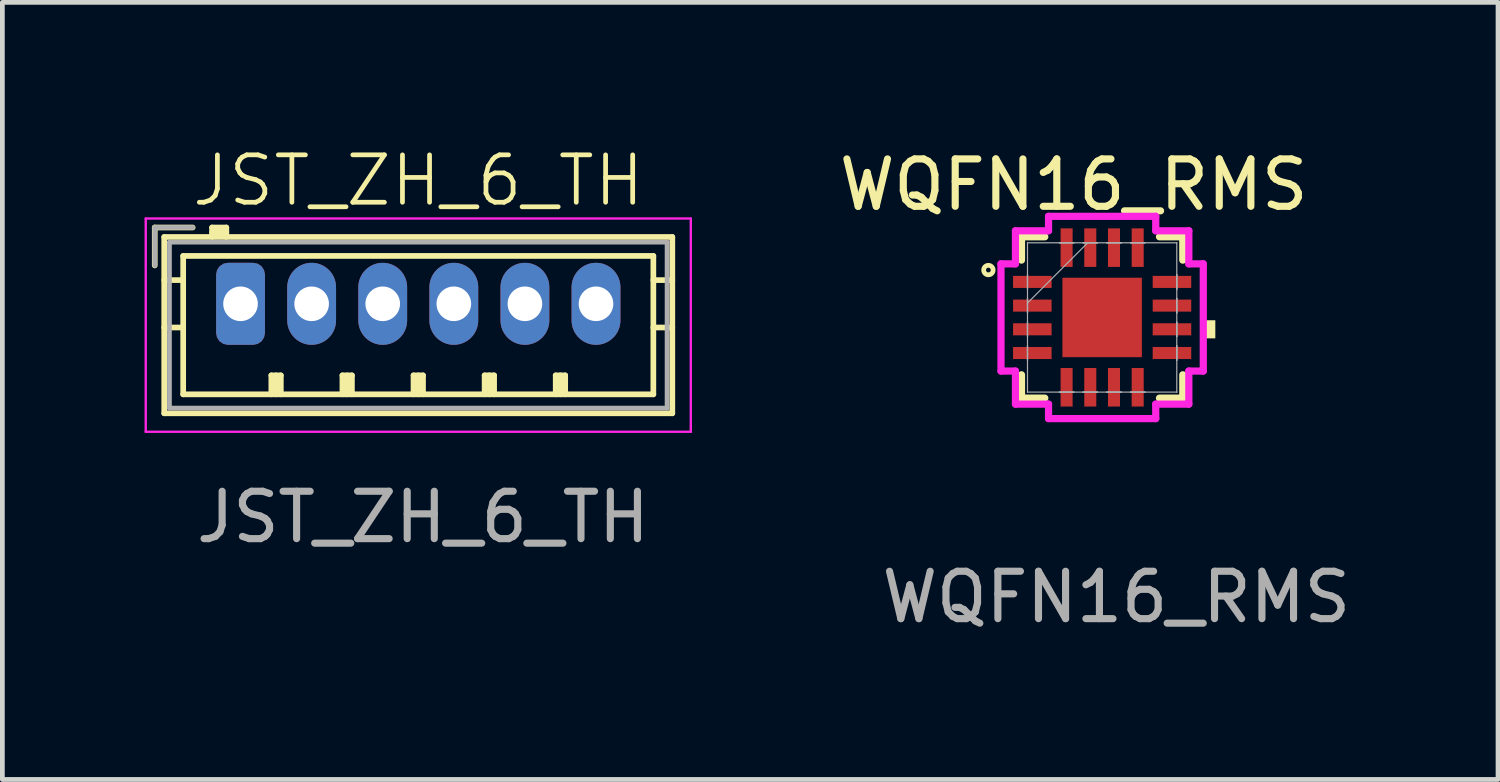
<source format=kicad_pcb>
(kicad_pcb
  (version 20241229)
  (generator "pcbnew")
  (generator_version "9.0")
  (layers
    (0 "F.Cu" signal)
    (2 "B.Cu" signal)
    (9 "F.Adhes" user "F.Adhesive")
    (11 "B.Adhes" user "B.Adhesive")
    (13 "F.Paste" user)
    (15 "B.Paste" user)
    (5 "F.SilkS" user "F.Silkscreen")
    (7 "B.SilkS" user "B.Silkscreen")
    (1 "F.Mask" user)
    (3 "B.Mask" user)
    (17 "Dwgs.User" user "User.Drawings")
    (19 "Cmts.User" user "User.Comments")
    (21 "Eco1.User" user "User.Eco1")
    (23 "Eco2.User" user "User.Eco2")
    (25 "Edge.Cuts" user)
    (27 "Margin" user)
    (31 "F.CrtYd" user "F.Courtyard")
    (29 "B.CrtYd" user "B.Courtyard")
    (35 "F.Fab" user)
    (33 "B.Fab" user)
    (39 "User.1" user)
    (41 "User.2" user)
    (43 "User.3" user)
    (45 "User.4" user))
  (footprint "WQFN16_RMS"
    (layer "F.Cu")
    (at 20.204 3.648)
    (property "Reference" "WQFN16_RMS" (at -0.6 -2.8 0) (unlocked yes) (layer "F.SilkS") (effects (font (size 1 1) (thickness 0.15))))
    (attr smd)
    (fp_line (start -1.702 -1.702) (end -1.702 -1.21) (stroke (width 0.152) (type solid)) (layer "F.SilkS"))
    (fp_line (start -1.702 1.21) (end -1.702 1.702) (stroke (width 0.152) (type solid)) (layer "F.SilkS"))
    (fp_line (start -1.702 1.702) (end -1.21 1.702) (stroke (width 0.152) (type solid)) (layer "F.SilkS"))
    (fp_line (start -1.21 -1.702) (end -1.702 -1.702) (stroke (width 0.152) (type solid)) (layer "F.SilkS"))
    (fp_line (start 1.21 1.702) (end 1.702 1.702) (stroke (width 0.152) (type solid)) (layer "F.SilkS"))
    (fp_line (start 1.702 -1.702) (end 1.21 -1.702) (stroke (width 0.152) (type solid)) (layer "F.SilkS"))
    (fp_line (start 1.702 -1.21) (end 1.702 -1.702) (stroke (width 0.152) (type solid)) (layer "F.SilkS"))
    (fp_line (start 1.702 1.702) (end 1.702 1.21) (stroke (width 0.152) (type solid)) (layer "F.SilkS"))
    (fp_circle (center -2.4 -1) (end -2.5 -1) (stroke (width 0.1) (type default)) (fill no) (layer "F.SilkS"))
    (fp_poly (pts (xy 2.388 0.059) (xy 2.388 0.441) (xy 2.134 0.441) (xy 2.134 0.059)) (stroke (width 0) (type solid)) (fill yes) (layer "F.SilkS"))
    (fp_rect (start -0.6 -0.6) (end -0.2 -0.2) (stroke (width 0.05) (type solid)) (fill yes) (layer "F.Paste"))
    (fp_rect (start -0.6 0.2) (end -0.2 0.6) (stroke (width 0.05) (type solid)) (fill yes) (layer "F.Paste"))
    (fp_rect (start 0.1 -0.6) (end 0.5 -0.2) (stroke (width 0.05) (type solid)) (fill yes) (layer "F.Paste"))
    (fp_rect (start 0.1 0.2) (end 0.5 0.6) (stroke (width 0.05) (type solid)) (fill yes) (layer "F.Paste"))
    (fp_line (start -2.134 -1.131) (end -1.829 -1.131) (stroke (width 0.152) (type solid)) (layer "F.CrtYd"))
    (fp_line (start -2.134 1.131) (end -2.134 -1.131) (stroke (width 0.152) (type solid)) (layer "F.CrtYd"))
    (fp_line (start -1.829 -1.829) (end -1.131 -1.829) (stroke (width 0.152) (type solid)) (layer "F.CrtYd"))
    (fp_line (start -1.829 -1.131) (end -1.829 -1.829) (stroke (width 0.152) (type solid)) (layer "F.CrtYd"))
    (fp_line (start -1.829 1.131) (end -2.134 1.131) (stroke (width 0.152) (type solid)) (layer "F.CrtYd"))
    (fp_line (start -1.829 1.829) (end -1.829 1.131) (stroke (width 0.152) (type solid)) (layer "F.CrtYd"))
    (fp_line (start -1.131 -2.134) (end 1.131 -2.134) (stroke (width 0.152) (type solid)) (layer "F.CrtYd"))
    (fp_line (start -1.131 -1.829) (end -1.131 -2.134) (stroke (width 0.152) (type solid)) (layer "F.CrtYd"))
    (fp_line (start -1.131 1.829) (end -1.829 1.829) (stroke (width 0.152) (type solid)) (layer "F.CrtYd"))
    (fp_line (start -1.131 2.134) (end -1.131 1.829) (stroke (width 0.152) (type solid)) (layer "F.CrtYd"))
    (fp_line (start 1.131 -2.134) (end 1.131 -1.829) (stroke (width 0.152) (type solid)) (layer "F.CrtYd"))
    (fp_line (start 1.131 -1.829) (end 1.829 -1.829) (stroke (width 0.152) (type solid)) (layer "F.CrtYd"))
    (fp_line (start 1.131 1.829) (end 1.131 2.134) (stroke (width 0.152) (type solid)) (layer "F.CrtYd"))
    (fp_line (start 1.131 2.134) (end -1.131 2.134) (stroke (width 0.152) (type solid)) (layer "F.CrtYd"))
    (fp_line (start 1.829 -1.829) (end 1.829 -1.131) (stroke (width 0.152) (type solid)) (layer "F.CrtYd"))
    (fp_line (start 1.829 -1.131) (end 2.134 -1.131) (stroke (width 0.152) (type solid)) (layer "F.CrtYd"))
    (fp_line (start 1.829 1.131) (end 1.829 1.829) (stroke (width 0.152) (type solid)) (layer "F.CrtYd"))
    (fp_line (start 1.829 1.829) (end 1.131 1.829) (stroke (width 0.152) (type solid)) (layer "F.CrtYd"))
    (fp_line (start 2.134 -1.131) (end 2.134 1.131) (stroke (width 0.152) (type solid)) (layer "F.CrtYd"))
    (fp_line (start 2.134 1.131) (end 1.829 1.131) (stroke (width 0.152) (type solid)) (layer "F.CrtYd"))
    (fp_line (start -1.575 -1.575) (end -1.575 -1.575) (stroke (width 0.025) (type solid)) (layer "F.Fab"))
    (fp_line (start -1.575 -1.575) (end -1.575 1.575) (stroke (width 0.025) (type solid)) (layer "F.Fab"))
    (fp_line (start -1.575 -0.902) (end -1.575 -0.902) (stroke (width 0.025) (type solid)) (layer "F.Fab"))
    (fp_line (start -1.575 -0.902) (end -1.575 -0.598) (stroke (width 0.025) (type solid)) (layer "F.Fab"))
    (fp_line (start -1.575 -0.598) (end -1.575 -0.902) (stroke (width 0.025) (type solid)) (layer "F.Fab"))
    (fp_line (start -1.575 -0.598) (end -1.575 -0.598) (stroke (width 0.025) (type solid)) (layer "F.Fab"))
    (fp_line (start -1.575 -0.402) (end -1.575 -0.402) (stroke (width 0.025) (type solid)) (layer "F.Fab"))
    (fp_line (start -1.575 -0.402) (end -1.575 -0.098) (stroke (width 0.025) (type solid)) (layer "F.Fab"))
    (fp_line (start -1.575 -0.305) (end -0.305 -1.575) (stroke (width 0.025) (type solid)) (layer "F.Fab"))
    (fp_line (start -1.575 -0.098) (end -1.575 -0.402) (stroke (width 0.025) (type solid)) (layer "F.Fab"))
    (fp_line (start -1.575 -0.098) (end -1.575 -0.098) (stroke (width 0.025) (type solid)) (layer "F.Fab"))
    (fp_line (start -1.575 0.098) (end -1.575 0.098) (stroke (width 0.025) (type solid)) (layer "F.Fab"))
    (fp_line (start -1.575 0.098) (end -1.575 0.402) (stroke (width 0.025) (type solid)) (layer "F.Fab"))
    (fp_line (start -1.575 0.402) (end -1.575 0.098) (stroke (width 0.025) (type solid)) (layer "F.Fab"))
    (fp_line (start -1.575 0.402) (end -1.575 0.402) (stroke (width 0.025) (type solid)) (layer "F.Fab"))
    (fp_line (start -1.575 0.598) (end -1.575 0.598) (stroke (width 0.025) (type solid)) (layer "F.Fab"))
    (fp_line (start -1.575 0.598) (end -1.575 0.902) (stroke (width 0.025) (type solid)) (layer "F.Fab"))
    (fp_line (start -1.575 0.902) (end -1.575 0.598) (stroke (width 0.025) (type solid)) (layer "F.Fab"))
    (fp_line (start -1.575 0.902) (end -1.575 0.902) (stroke (width 0.025) (type solid)) (layer "F.Fab"))
    (fp_line (start -1.575 1.575) (end -1.575 1.575) (stroke (width 0.025) (type solid)) (layer "F.Fab"))
    (fp_line (start -1.575 1.575) (end 1.575 1.575) (stroke (width 0.025) (type solid)) (layer "F.Fab"))
    (fp_line (start -0.902 -1.575) (end -0.902 -1.575) (stroke (width 0.025) (type solid)) (layer "F.Fab"))
    (fp_line (start -0.902 -1.575) (end -0.598 -1.575) (stroke (width 0.025) (type solid)) (layer "F.Fab"))
    (fp_line (start -0.902 1.575) (end -0.902 1.575) (stroke (width 0.025) (type solid)) (layer "F.Fab"))
    (fp_line (start -0.902 1.575) (end -0.598 1.575) (stroke (width 0.025) (type solid)) (layer "F.Fab"))
    (fp_line (start -0.598 -1.575) (end -0.902 -1.575) (stroke (width 0.025) (type solid)) (layer "F.Fab"))
    (fp_line (start -0.598 -1.575) (end -0.598 -1.575) (stroke (width 0.025) (type solid)) (layer "F.Fab"))
    (fp_line (start -0.598 1.575) (end -0.902 1.575) (stroke (width 0.025) (type solid)) (layer "F.Fab"))
    (fp_line (start -0.598 1.575) (end -0.598 1.575) (stroke (width 0.025) (type solid)) (layer "F.Fab"))
    (fp_line (start -0.402 -1.575) (end -0.402 -1.575) (stroke (width 0.025) (type solid)) (layer "F.Fab"))
    (fp_line (start -0.402 -1.575) (end -0.098 -1.575) (stroke (width 0.025) (type solid)) (layer "F.Fab"))
    (fp_line (start -0.402 1.575) (end -0.402 1.575) (stroke (width 0.025) (type solid)) (layer "F.Fab"))
    (fp_line (start -0.402 1.575) (end -0.098 1.575) (stroke (width 0.025) (type solid)) (layer "F.Fab"))
    (fp_line (start -0.098 -1.575) (end -0.402 -1.575) (stroke (width 0.025) (type solid)) (layer "F.Fab"))
    (fp_line (start -0.098 -1.575) (end -0.098 -1.575) (stroke (width 0.025) (type solid)) (layer "F.Fab"))
    (fp_line (start -0.098 1.575) (end -0.402 1.575) (stroke (width 0.025) (type solid)) (layer "F.Fab"))
    (fp_line (start -0.098 1.575) (end -0.098 1.575) (stroke (width 0.025) (type solid)) (layer "F.Fab"))
    (fp_line (start 0.098 -1.575) (end 0.098 -1.575) (stroke (width 0.025) (type solid)) (layer "F.Fab"))
    (fp_line (start 0.098 -1.575) (end 0.402 -1.575) (stroke (width 0.025) (type solid)) (layer "F.Fab"))
    (fp_line (start 0.098 1.575) (end 0.098 1.575) (stroke (width 0.025) (type solid)) (layer "F.Fab"))
    (fp_line (start 0.098 1.575) (end 0.402 1.575) (stroke (width 0.025) (type solid)) (layer "F.Fab"))
    (fp_line (start 0.402 -1.575) (end 0.098 -1.575) (stroke (width 0.025) (type solid)) (layer "F.Fab"))
    (fp_line (start 0.402 -1.575) (end 0.402 -1.575) (stroke (width 0.025) (type solid)) (layer "F.Fab"))
    (fp_line (start 0.402 1.575) (end 0.098 1.575) (stroke (width 0.025) (type solid)) (layer "F.Fab"))
    (fp_line (start 0.402 1.575) (end 0.402 1.575) (stroke (width 0.025) (type solid)) (layer "F.Fab"))
    (fp_line (start 0.598 -1.575) (end 0.598 -1.575) (stroke (width 0.025) (type solid)) (layer "F.Fab"))
    (fp_line (start 0.598 -1.575) (end 0.902 -1.575) (stroke (width 0.025) (type solid)) (layer "F.Fab"))
    (fp_line (start 0.598 1.575) (end 0.598 1.575) (stroke (width 0.025) (type solid)) (layer "F.Fab"))
    (fp_line (start 0.598 1.575) (end 0.902 1.575) (stroke (width 0.025) (type solid)) (layer "F.Fab"))
    (fp_line (start 0.902 -1.575) (end 0.598 -1.575) (stroke (width 0.025) (type solid)) (layer "F.Fab"))
    (fp_line (start 0.902 -1.575) (end 0.902 -1.575) (stroke (width 0.025) (type solid)) (layer "F.Fab"))
    (fp_line (start 0.902 1.575) (end 0.598 1.575) (stroke (width 0.025) (type solid)) (layer "F.Fab"))
    (fp_line (start 0.902 1.575) (end 0.902 1.575) (stroke (width 0.025) (type solid)) (layer "F.Fab"))
    (fp_line (start 1.575 -1.575) (end -1.575 -1.575) (stroke (width 0.025) (type solid)) (layer "F.Fab"))
    (fp_line (start 1.575 -1.575) (end 1.575 -1.575) (stroke (width 0.025) (type solid)) (layer "F.Fab"))
    (fp_line (start 1.575 -0.902) (end 1.575 -0.902) (stroke (width 0.025) (type solid)) (layer "F.Fab"))
    (fp_line (start 1.575 -0.902) (end 1.575 -0.598) (stroke (width 0.025) (type solid)) (layer "F.Fab"))
    (fp_line (start 1.575 -0.598) (end 1.575 -0.902) (stroke (width 0.025) (type solid)) (layer "F.Fab"))
    (fp_line (start 1.575 -0.598) (end 1.575 -0.598) (stroke (width 0.025) (type solid)) (layer "F.Fab"))
    (fp_line (start 1.575 -0.402) (end 1.575 -0.402) (stroke (width 0.025) (type solid)) (layer "F.Fab"))
    (fp_line (start 1.575 -0.402) (end 1.575 -0.098) (stroke (width 0.025) (type solid)) (layer "F.Fab"))
    (fp_line (start 1.575 -0.098) (end 1.575 -0.402) (stroke (width 0.025) (type solid)) (layer "F.Fab"))
    (fp_line (start 1.575 -0.098) (end 1.575 -0.098) (stroke (width 0.025) (type solid)) (layer "F.Fab"))
    (fp_line (start 1.575 0.098) (end 1.575 0.098) (stroke (width 0.025) (type solid)) (layer "F.Fab"))
    (fp_line (start 1.575 0.098) (end 1.575 0.402) (stroke (width 0.025) (type solid)) (layer "F.Fab"))
    (fp_line (start 1.575 0.402) (end 1.575 0.098) (stroke (width 0.025) (type solid)) (layer "F.Fab"))
    (fp_line (start 1.575 0.402) (end 1.575 0.402) (stroke (width 0.025) (type solid)) (layer "F.Fab"))
    (fp_line (start 1.575 0.598) (end 1.575 0.598) (stroke (width 0.025) (type solid)) (layer "F.Fab"))
    (fp_line (start 1.575 0.598) (end 1.575 0.902) (stroke (width 0.025) (type solid)) (layer "F.Fab"))
    (fp_line (start 1.575 0.902) (end 1.575 0.598) (stroke (width 0.025) (type solid)) (layer "F.Fab"))
    (fp_line (start 1.575 0.902) (end 1.575 0.902) (stroke (width 0.025) (type solid)) (layer "F.Fab"))
    (fp_line (start 1.575 1.575) (end 1.575 -1.575) (stroke (width 0.025) (type solid)) (layer "F.Fab"))
    (fp_line (start 1.575 1.575) (end 1.575 1.575) (stroke (width 0.025) (type solid)) (layer "F.Fab"))
    (fp_text user "${REFERENCE}" (at 0.3 5.9 0) (unlocked yes) (layer "F.Fab") (effects (font (size 1 1) (thickness 0.15))))
    (pad "1" smd rect (at -1.473 -0.75 90) (size 0.254 0.813) (layers "F.Cu" "F.Mask" "F.Paste"))
    (pad "2" smd rect (at -1.473 -0.25 90) (size 0.254 0.813) (layers "F.Cu" "F.Mask" "F.Paste"))
    (pad "3" smd rect (at -1.473 0.25 90) (size 0.254 0.813) (layers "F.Cu" "F.Mask" "F.Paste"))
    (pad "4" smd rect (at -1.473 0.75 90) (size 0.254 0.813) (layers "F.Cu" "F.Mask" "F.Paste"))
    (pad "5" smd rect (at -0.75 1.473) (size 0.254 0.813) (layers "F.Cu" "F.Mask" "F.Paste"))
    (pad "6" smd rect (at -0.25 1.473) (size 0.254 0.813) (layers "F.Cu" "F.Mask" "F.Paste"))
    (pad "7" smd rect (at 0.25 1.473) (size 0.254 0.813) (layers "F.Cu" "F.Mask" "F.Paste"))
    (pad "8" smd rect (at 0.75 1.473) (size 0.254 0.813) (layers "F.Cu" "F.Mask" "F.Paste"))
    (pad "9" smd rect (at 1.473 0.75 90) (size 0.254 0.813) (layers "F.Cu" "F.Mask" "F.Paste"))
    (pad "10" smd rect (at 1.473 0.25 90) (size 0.254 0.813) (layers "F.Cu" "F.Mask" "F.Paste"))
    (pad "11" smd rect (at 1.473 -0.25 90) (size 0.254 0.813) (layers "F.Cu" "F.Mask" "F.Paste"))
    (pad "12" smd rect (at 1.473 -0.75 90) (size 0.254 0.813) (layers "F.Cu" "F.Mask" "F.Paste"))
    (pad "13" smd rect (at 0.75 -1.473) (size 0.254 0.813) (layers "F.Cu" "F.Mask" "F.Paste"))
    (pad "14" smd rect (at 0.25 -1.473) (size 0.254 0.813) (layers "F.Cu" "F.Mask" "F.Paste"))
    (pad "15" smd rect (at -0.25 -1.473) (size 0.254 0.813) (layers "F.Cu" "F.Mask" "F.Paste"))
    (pad "16" smd rect (at -0.75 -1.473) (size 0.254 0.813) (layers "F.Cu" "F.Mask" "F.Paste"))
    (pad "17" smd rect (at 0 0) (size 1.676 1.676) (layers "F.Cu" "F.Mask")))
  (footprint "JST_ZH_6_TH"
    (layer "F.Cu")
    (at 5.725 4.16)
    (property "Reference" "JST_ZH_6_TH" (at 0.05 -3.4 0) (unlocked yes) (layer "F.SilkS") (effects (font (size 1 1) (thickness 0.1))))
    (attr through_hole)
    (fp_line (start -5.51 -2.41) (end -5.51 -1.61) (stroke (width 0.12) (type solid)) (layer "F.SilkS"))
    (fp_line (start -5.31 -2.21) (end -5.31 1.51) (stroke (width 0.12) (type solid)) (layer "F.SilkS"))
    (fp_line (start -5.31 -1.3) (end -4.91 -1.3) (stroke (width 0.12) (type solid)) (layer "F.SilkS"))
    (fp_line (start -5.31 -0.3) (end -4.91 -0.3) (stroke (width 0.12) (type solid)) (layer "F.SilkS"))
    (fp_line (start -5.31 1.51) (end 5.41 1.51) (stroke (width 0.12) (type solid)) (layer "F.SilkS"))
    (fp_line (start -4.91 -1.81) (end -4.91 1.11) (stroke (width 0.12) (type solid)) (layer "F.SilkS"))
    (fp_line (start -4.91 1.11) (end 5.01 1.11) (stroke (width 0.12) (type solid)) (layer "F.SilkS"))
    (fp_line (start -4.71 -2.41) (end -5.51 -2.41) (stroke (width 0.12) (type solid)) (layer "F.SilkS"))
    (fp_line (start -4.3 -2.41) (end -4.3 -2.21) (stroke (width 0.12) (type solid)) (layer "F.SilkS"))
    (fp_line (start -4 -2.41) (end -4.3 -2.41) (stroke (width 0.12) (type solid)) (layer "F.SilkS"))
    (fp_line (start -4 -2.31) (end -4.3 -2.31) (stroke (width 0.12) (type solid)) (layer "F.SilkS"))
    (fp_line (start -4 -2.21) (end -4 -2.41) (stroke (width 0.12) (type solid)) (layer "F.SilkS"))
    (fp_line (start -3.05 0.71) (end -2.85 0.71) (stroke (width 0.12) (type solid)) (layer "F.SilkS"))
    (fp_line (start -3.05 1.11) (end -3.05 0.71) (stroke (width 0.12) (type solid)) (layer "F.SilkS"))
    (fp_line (start -2.95 1.11) (end -2.95 0.71) (stroke (width 0.12) (type solid)) (layer "F.SilkS"))
    (fp_line (start -2.85 0.71) (end -2.85 1.11) (stroke (width 0.12) (type solid)) (layer "F.SilkS"))
    (fp_line (start -1.55 0.71) (end -1.35 0.71) (stroke (width 0.12) (type solid)) (layer "F.SilkS"))
    (fp_line (start -1.55 1.11) (end -1.55 0.71) (stroke (width 0.12) (type solid)) (layer "F.SilkS"))
    (fp_line (start -1.45 1.11) (end -1.45 0.71) (stroke (width 0.12) (type solid)) (layer "F.SilkS"))
    (fp_line (start -1.35 0.71) (end -1.35 1.11) (stroke (width 0.12) (type solid)) (layer "F.SilkS"))
    (fp_line (start -0.05 0.71) (end 0.15 0.71) (stroke (width 0.12) (type solid)) (layer "F.SilkS"))
    (fp_line (start -0.05 1.11) (end -0.05 0.71) (stroke (width 0.12) (type solid)) (layer "F.SilkS"))
    (fp_line (start 0.05 1.11) (end 0.05 0.71) (stroke (width 0.12) (type solid)) (layer "F.SilkS"))
    (fp_line (start 0.15 0.71) (end 0.15 1.11) (stroke (width 0.12) (type solid)) (layer "F.SilkS"))
    (fp_line (start 1.45 0.71) (end 1.65 0.71) (stroke (width 0.12) (type solid)) (layer "F.SilkS"))
    (fp_line (start 1.45 1.11) (end 1.45 0.71) (stroke (width 0.12) (type solid)) (layer "F.SilkS"))
    (fp_line (start 1.55 1.11) (end 1.55 0.71) (stroke (width 0.12) (type solid)) (layer "F.SilkS"))
    (fp_line (start 1.65 0.71) (end 1.65 1.11) (stroke (width 0.12) (type solid)) (layer "F.SilkS"))
    (fp_line (start 2.95 0.71) (end 3.15 0.71) (stroke (width 0.12) (type solid)) (layer "F.SilkS"))
    (fp_line (start 2.95 1.11) (end 2.95 0.71) (stroke (width 0.12) (type solid)) (layer "F.SilkS"))
    (fp_line (start 3.05 1.11) (end 3.05 0.71) (stroke (width 0.12) (type solid)) (layer "F.SilkS"))
    (fp_line (start 3.15 0.71) (end 3.15 1.11) (stroke (width 0.12) (type solid)) (layer "F.SilkS"))
    (fp_line (start 5.01 -1.81) (end -4.91 -1.81) (stroke (width 0.12) (type solid)) (layer "F.SilkS"))
    (fp_line (start 5.01 1.11) (end 5.01 -1.81) (stroke (width 0.12) (type solid)) (layer "F.SilkS"))
    (fp_line (start 5.41 -2.21) (end -5.31 -2.21) (stroke (width 0.12) (type solid)) (layer "F.SilkS"))
    (fp_line (start 5.41 -1.3) (end 5.01 -1.3) (stroke (width 0.12) (type solid)) (layer "F.SilkS"))
    (fp_line (start 5.41 -0.3) (end 5.01 -0.3) (stroke (width 0.12) (type solid)) (layer "F.SilkS"))
    (fp_line (start 5.41 1.51) (end 5.41 -2.21) (stroke (width 0.12) (type solid)) (layer "F.SilkS"))
    (fp_line (start -5.7 -2.6) (end -5.7 1.9) (stroke (width 0.05) (type solid)) (layer "F.CrtYd"))
    (fp_line (start -5.7 1.9) (end 5.8 1.9) (stroke (width 0.05) (type solid)) (layer "F.CrtYd"))
    (fp_line (start 5.8 -2.6) (end -5.7 -2.6) (stroke (width 0.05) (type solid)) (layer "F.CrtYd"))
    (fp_line (start 5.8 1.9) (end 5.8 -2.6) (stroke (width 0.05) (type solid)) (layer "F.CrtYd"))
    (fp_line (start -5.51 -2.41) (end -5.51 -1.61) (stroke (width 0.1) (type solid)) (layer "F.Fab"))
    (fp_line (start -5.2 -2.1) (end -5.2 1.4) (stroke (width 0.1) (type solid)) (layer "F.Fab"))
    (fp_line (start -5.2 1.4) (end 5.3 1.4) (stroke (width 0.1) (type solid)) (layer "F.Fab"))
    (fp_line (start -4.71 -2.41) (end -5.51 -2.41) (stroke (width 0.1) (type solid)) (layer "F.Fab"))
    (fp_line (start 5.3 -2.1) (end -5.2 -2.1) (stroke (width 0.1) (type solid)) (layer "F.Fab"))
    (fp_line (start 5.3 1.4) (end 5.3 -2.1) (stroke (width 0.1) (type solid)) (layer "F.Fab"))
    (fp_text user "${REFERENCE}" (at 0.15 3.7 0) (layer "F.Fab") (effects (font (size 1 1) (thickness 0.15))))
    (pad "1" thru_hole roundrect (at -3.7 -0.8) (size 1.03 1.73) (drill 0.73) (layers "*.Cu" "*.Mask") (roundrect_rratio 0.243))
    (pad "2" thru_hole oval (at -2.2 -0.8) (size 1.03 1.73) (drill 0.73) (layers "*.Cu" "*.Mask"))
    (pad "3" thru_hole oval (at -0.7 -0.8) (size 1.03 1.73) (drill 0.73) (layers "*.Cu" "*.Mask"))
    (pad "4" thru_hole oval (at 0.8 -0.8) (size 1.03 1.73) (drill 0.73) (layers "*.Cu" "*.Mask"))
    (pad "5" thru_hole oval (at 2.3 -0.8) (size 1.03 1.73) (drill 0.73) (layers "*.Cu" "*.Mask"))
    (pad "6" thru_hole oval (at 3.8 -0.8) (size 1.03 1.73) (drill 0.73) (layers "*.Cu" "*.Mask")))
  (gr_rect
    (start -3 -3)
    (end 28.557 13.396)
    (stroke (width 0.1) (type default))
    (fill no)
    (layer "Edge.Cuts")))
</source>
